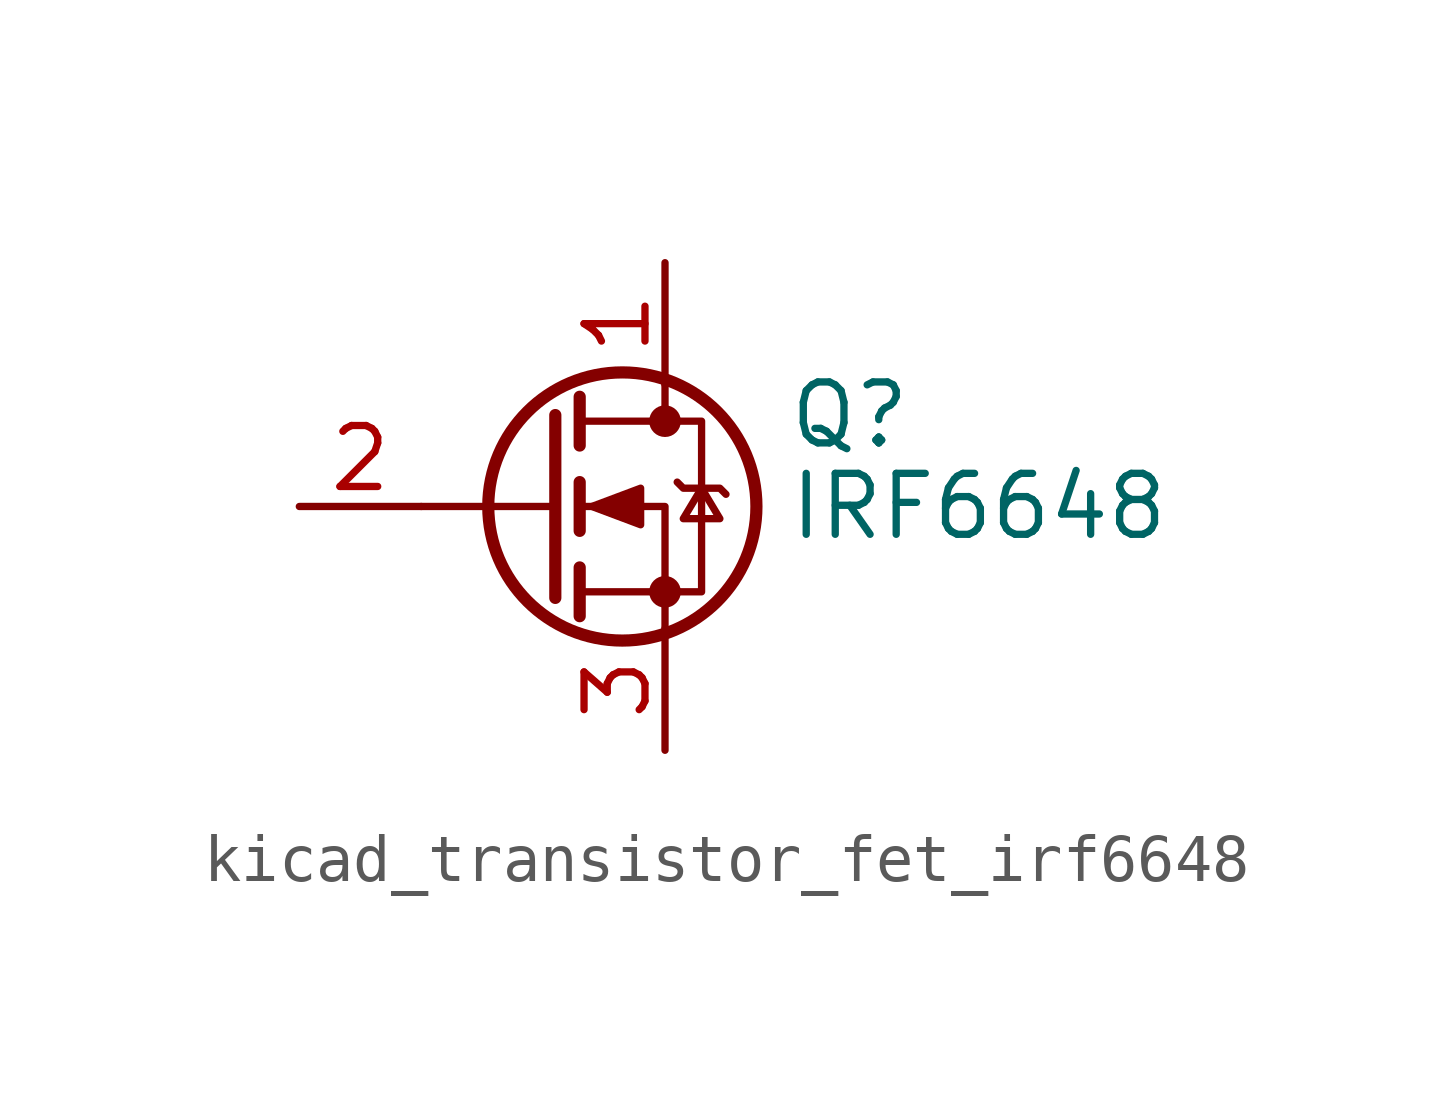
<source format=kicad_sym>
(kicad_symbol_lib
  (version 20220914)
  (generator kicad_symbol_editor)
  (symbol "kicad_transistor_fet_irf6648"
    (pin_names hide)
    (property "Reference" "Q"
      (at 5.08 1.905 0)
      (effects (font (size 1.27 1.27)) (justify left)))
    (property "Value" "IRF6648"
      (at 5.08 0 0)
      (effects (font (size 1.27 1.27)) (justify left)))
    (symbol "kicad_transistor_fet_irf6648_0_1"
      (polyline (pts (xy 0.254 0) (xy -2.54 0)) (stroke (width 0) (type default)) (fill (type none)))
      (polyline (pts (xy 0.254 1.905) (xy 0.254 -1.905)) (stroke (width 0.254) (type default)) (fill (type none)))
      (polyline (pts (xy 0.762 -1.27) (xy 0.762 -2.286)) (stroke (width 0.254) (type default)) (fill (type none)))
      (polyline (pts (xy 0.762 0.508) (xy 0.762 -0.508)) (stroke (width 0.254) (type default)) (fill (type none)))
      (polyline (pts (xy 0.762 2.286) (xy 0.762 1.27)) (stroke (width 0.254) (type default)) (fill (type none)))
      (polyline (pts (xy 2.54 2.54) (xy 2.54 1.778)) (stroke (width 0) (type default)) (fill (type none)))
      (polyline (pts (xy 2.54 -2.54) (xy 2.54 0) (xy 0.762 0)) (stroke (width 0) (type default)) (fill (type none)))
      (polyline (pts (xy 0.762 -1.778) (xy 3.302 -1.778) (xy 3.302 1.778) (xy 0.762 1.778)) (stroke (width 0) (type default)) (fill (type none)))
      (polyline (pts (xy 1.016 0) (xy 2.032 0.381) (xy 2.032 -0.381) (xy 1.016 0)) (stroke (width 0) (type default)) (fill (type outline)))
      (polyline (pts (xy 2.794 0.508) (xy 2.921 0.381) (xy 3.683 0.381) (xy 3.81 0.254)) (stroke (width 0) (type default)) (fill (type none)))
      (polyline (pts (xy 3.302 0.381) (xy 2.921 -0.254) (xy 3.683 -0.254) (xy 3.302 0.381)) (stroke (width 0) (type default)) (fill (type none)))
      (circle (center 1.651 0) (radius 2.794) (stroke (width 0.254) (type default)) (fill (type none)))
      (circle (center 2.54 -1.778) (radius 0.254) (stroke (width 0) (type default)) (fill (type outline)))
      (circle (center 2.54 1.778) (radius 0.254) (stroke (width 0) (type default)) (fill (type outline))))
    (symbol "kicad_transistor_fet_irf6648_1_1"
      (pin passive line (at 2.54 5.08 270) (length 2.54) (name "D" (effects (font (size 1.27 1.27)))) (number "1" (effects (font (size 1.27 1.27)))))
      (pin input line (at -5.08 0 0) (length 2.54) (name "G" (effects (font (size 1.27 1.27)))) (number "2" (effects (font (size 1.27 1.27)))))
      (pin passive line (at 2.54 -5.08 90) (length 2.54) (name "S" (effects (font (size 1.27 1.27)))) (number "3" (effects (font (size 1.27 1.27))))))))
</source>
